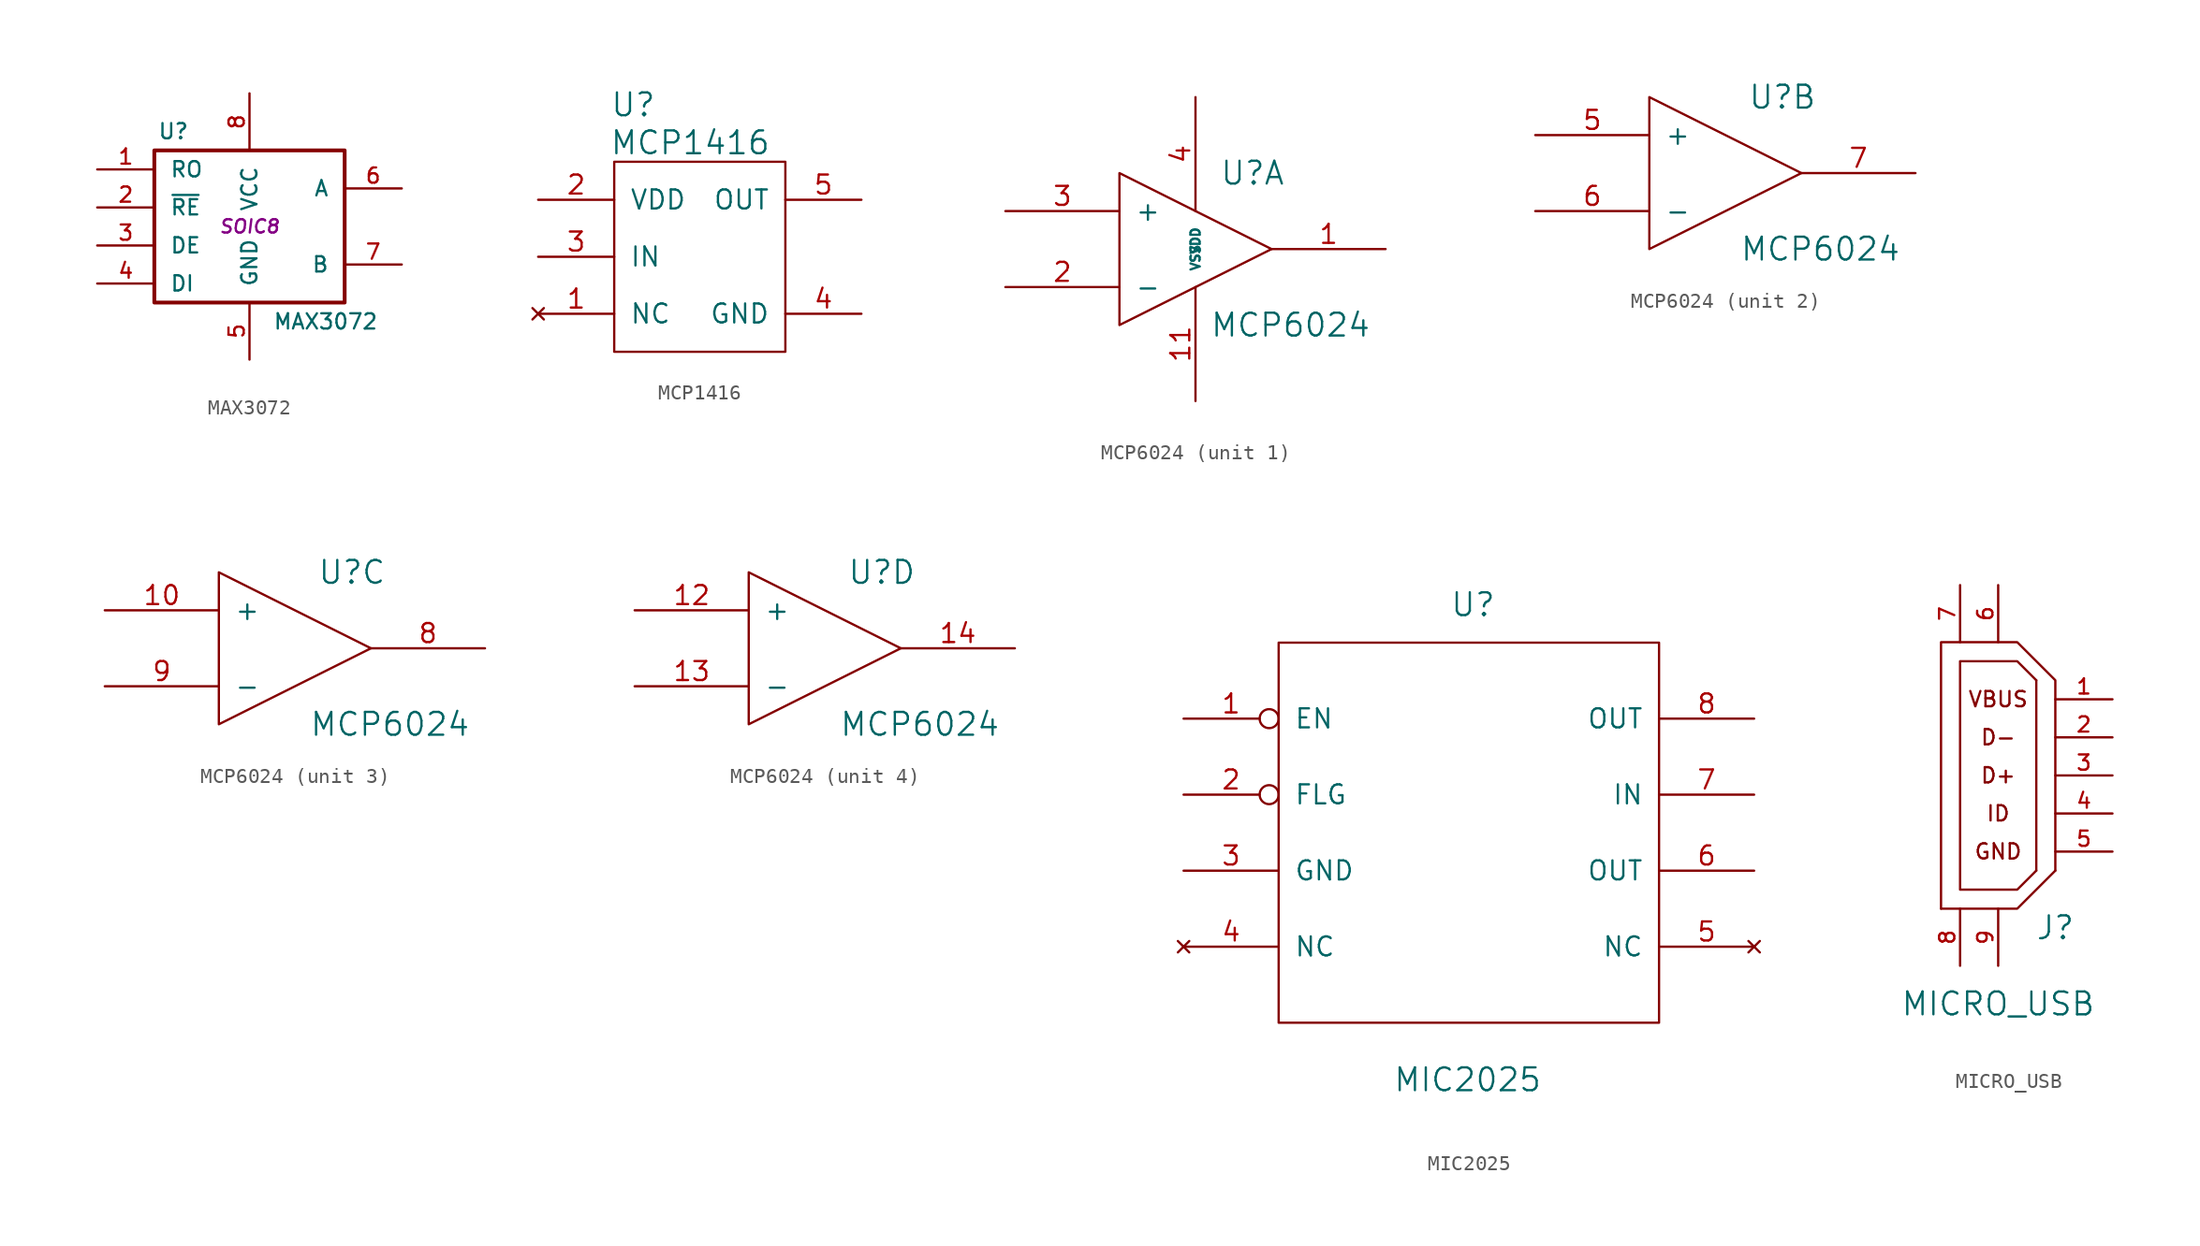
<source format=kicad_sym>
(kicad_symbol_lib
  (version 20231120)
  (generator "kicad_symbol_editor")
  (generator_version "8.0")
  (symbol "MAX3072"
    (pin_names
      (offset 1.016))
    (property "Reference" "U"
      (at -5.08 6.35 0)
      (effects (font (size 1.016 1.016))))
    (property "Value" "MAX3072"
      (at 5.08 -6.35 0)
      (effects (font (size 1.016 1.016))))
    (property "Footprint" "SOIC8"
      (at 0 0 0)
      (effects (font (size 0.889 0.889) (italic yes))))
    (property "Datasheet" ""
      (at 0 0 0)
      (effects (font (size 1.524 1.524))))
    (symbol "MAX3072_0_1"
      (rectangle (start -6.35 5.08) (end 6.35 -5.08) (stroke (width 0.254) (type solid)) (fill (type none))))
    (symbol "MAX3072_1_1"
      (pin output line (at -10.16 3.81 0) (length 3.81) (name "RO" (effects (font (size 1.016 1.016)))) (number "1" (effects (font (size 1.016 1.016)))))
      (pin input line (at -10.16 1.27 0) (length 3.81) (name "~{RE}" (effects (font (size 1.016 1.016)))) (number "2" (effects (font (size 1.016 1.016)))))
      (pin input line (at -10.16 -1.27 0) (length 3.81) (name "DE" (effects (font (size 1.016 1.016)))) (number "3" (effects (font (size 1.016 1.016)))))
      (pin input line (at -10.16 -3.81 0) (length 3.81) (name "DI" (effects (font (size 1.016 1.016)))) (number "4" (effects (font (size 1.016 1.016)))))
      (pin power_in line (at 0 -8.89 90) (length 3.81) (name "GND" (effects (font (size 1.016 1.016)))) (number "5" (effects (font (size 1.016 1.016)))))
      (pin bidirectional line (at 10.16 2.54 180) (length 3.81) (name "A" (effects (font (size 1.016 1.016)))) (number "6" (effects (font (size 1.016 1.016)))))
      (pin bidirectional line (at 10.16 -2.54 180) (length 3.81) (name "B" (effects (font (size 1.016 1.016)))) (number "7" (effects (font (size 1.016 1.016)))))
      (pin power_in line (at 0 8.89 270) (length 3.81) (name "VCC" (effects (font (size 1.016 1.016)))) (number "8" (effects (font (size 1.016 1.016)))))))
  (symbol "MCP1416"
    (pin_names
      (offset 1.016))
    (property "Reference" "U"
      (at 1.27 10.16 0)
      (effects (font (size 1.524 1.524))))
    (property "Value" "MCP1416"
      (at 5.08 7.62 0)
      (effects (font (size 1.524 1.524))))
    (property "Footprint" ""
      (at 0 0 0)
      (effects (font (size 1.524 1.524))))
    (property "Datasheet" ""
      (at 0 0 0)
      (effects (font (size 1.524 1.524))))
    (symbol "MCP1416_0_1"
      (rectangle (start 0 6.35) (end 11.43 -6.35) (stroke (width 0) (type solid)) (fill (type none))))
    (symbol "MCP1416_1_1"
      (pin no_connect line (at -5.08 -3.81 0) (length 5.08) (name "NC" (effects (font (size 1.27 1.27)))) (number "1" (effects (font (size 1.27 1.27)))))
      (pin power_in line (at -5.08 3.81 0) (length 5.08) (name "VDD" (effects (font (size 1.27 1.27)))) (number "2" (effects (font (size 1.27 1.27)))))
      (pin input line (at -5.08 0 0) (length 5.08) (name "IN" (effects (font (size 1.27 1.27)))) (number "3" (effects (font (size 1.27 1.27)))))
      (pin power_in line (at 16.51 -3.81 180) (length 5.08) (name "GND" (effects (font (size 1.27 1.27)))) (number "4" (effects (font (size 1.27 1.27)))))
      (pin output line (at 16.51 3.81 180) (length 5.08) (name "OUT" (effects (font (size 1.27 1.27)))) (number "5" (effects (font (size 1.27 1.27)))))))
  (symbol "MCP6024"
    (pin_names
      (offset 1.016))
    (property "Reference" "U"
      (at 3.81 5.08 0)
      (effects (font (size 1.524 1.524))))
    (property "Value" "MCP6024"
      (at 6.35 -5.08 0)
      (effects (font (size 1.524 1.524))))
    (property "Footprint" ""
      (at 0 0 0)
      (effects (font (size 1.524 1.524))))
    (property "Datasheet" ""
      (at 0 0 0)
      (effects (font (size 1.524 1.524))))
    (symbol "MCP6024_0_1"
      (polyline (pts (xy -5.08 5.08) (xy 5.08 0) (xy -5.08 -5.08) (xy -5.08 5.08)) (stroke (width 0) (type solid)) (fill (type none))))
    (symbol "MCP6024_1_1"
      (pin output line (at 12.7 0 180) (length 7.62) (name "~" (effects (font (size 1.27 1.27)))) (number "1" (effects (font (size 1.27 1.27)))))
      (pin power_in line (at 0 -10.16 90) (length 7.62) (name "VSS" (effects (font (size 0.61 0.61)))) (number "11" (effects (font (size 1.27 1.27)))))
      (pin input line (at -12.7 -2.54 0) (length 7.62) (name "-" (effects (font (size 1.27 1.27)))) (number "2" (effects (font (size 1.27 1.27)))))
      (pin input line (at -12.7 2.54 0) (length 7.62) (name "+" (effects (font (size 1.27 1.27)))) (number "3" (effects (font (size 1.27 1.27)))))
      (pin power_in line (at 0 10.16 270) (length 7.62) (name "VDD" (effects (font (size 0.61 0.61)))) (number "4" (effects (font (size 1.27 1.27))))))
    (symbol "MCP6024_2_1"
      (pin input line (at -12.7 2.54 0) (length 7.62) (name "+" (effects (font (size 1.27 1.27)))) (number "5" (effects (font (size 1.27 1.27)))))
      (pin input line (at -12.7 -2.54 0) (length 7.62) (name "-" (effects (font (size 1.27 1.27)))) (number "6" (effects (font (size 1.27 1.27)))))
      (pin output line (at 12.7 0 180) (length 7.62) (name "~" (effects (font (size 1.27 1.27)))) (number "7" (effects (font (size 1.27 1.27))))))
    (symbol "MCP6024_3_1"
      (pin input line (at -12.7 2.54 0) (length 7.62) (name "+" (effects (font (size 1.27 1.27)))) (number "10" (effects (font (size 1.27 1.27)))))
      (pin output line (at 12.7 0 180) (length 7.62) (name "~" (effects (font (size 1.27 1.27)))) (number "8" (effects (font (size 1.27 1.27)))))
      (pin input line (at -12.7 -2.54 0) (length 7.62) (name "-" (effects (font (size 1.27 1.27)))) (number "9" (effects (font (size 1.27 1.27))))))
    (symbol "MCP6024_4_1"
      (pin input line (at -12.7 2.54 0) (length 7.62) (name "+" (effects (font (size 1.27 1.27)))) (number "12" (effects (font (size 1.27 1.27)))))
      (pin input line (at -12.7 -2.54 0) (length 7.62) (name "-" (effects (font (size 1.27 1.27)))) (number "13" (effects (font (size 1.27 1.27)))))
      (pin output line (at 12.7 0 180) (length 7.62) (name "~" (effects (font (size 1.27 1.27)))) (number "14" (effects (font (size 1.27 1.27)))))))
  (symbol "MIC2025"
    (pin_names
      (offset 1.016))
    (property "Reference" "U"
      (at -1.27 15.24 0)
      (effects (font (size 1.524 1.524)) (justify left)))
    (property "Value" "MIC2025"
      (at -5.08 -16.51 0)
      (effects (font (size 1.524 1.524)) (justify left)))
    (property "Footprint" ""
      (at 0 0 0)
      (effects (font (size 1.524 1.524))))
    (property "Datasheet" ""
      (at 0 0 0)
      (effects (font (size 1.524 1.524))))
    (symbol "MIC2025_0_1"
      (rectangle (start -12.7 12.7) (end 12.7 -12.7) (stroke (width 0) (type solid)) (fill (type none))))
    (symbol "MIC2025_1_1"
      (pin input inverted (at -19.05 7.62 0) (length 6.35) (name "EN" (effects (font (size 1.27 1.27)))) (number "1" (effects (font (size 1.27 1.27)))))
      (pin output inverted (at -19.05 2.54 0) (length 6.35) (name "FLG" (effects (font (size 1.27 1.27)))) (number "2" (effects (font (size 1.27 1.27)))))
      (pin power_in line (at -19.05 -2.54 0) (length 6.35) (name "GND" (effects (font (size 1.27 1.27)))) (number "3" (effects (font (size 1.27 1.27)))))
      (pin no_connect line (at -19.05 -7.62 0) (length 6.35) (name "NC" (effects (font (size 1.27 1.27)))) (number "4" (effects (font (size 1.27 1.27)))))
      (pin no_connect line (at 19.05 -7.62 180) (length 6.35) (name "NC" (effects (font (size 1.27 1.27)))) (number "5" (effects (font (size 1.27 1.27)))))
      (pin passive line (at 19.05 -2.54 180) (length 6.35) (name "OUT" (effects (font (size 1.27 1.27)))) (number "6" (effects (font (size 1.27 1.27)))))
      (pin power_in line (at 19.05 2.54 180) (length 6.35) (name "IN" (effects (font (size 1.27 1.27)))) (number "7" (effects (font (size 1.27 1.27)))))
      (pin power_out line (at 19.05 7.62 180) (length 6.35) (name "OUT" (effects (font (size 1.27 1.27)))) (number "8" (effects (font (size 1.27 1.27)))))))
  (symbol "MICRO_USB"
    (pin_names
      (offset 0.025) hide)
    (property "Reference" "J"
      (at 7.62 -1.27 0)
      (effects (font (size 1.524 1.524))))
    (property "Value" "MICRO_USB"
      (at 3.81 -6.35 0)
      (effects (font (size 1.524 1.524))))
    (property "Footprint" ""
      (at 5.08 -3.81 0)
      (effects (font (size 1.524 1.524))))
    (property "Datasheet" ""
      (at 7.62 -1.27 0)
      (effects (font (size 1.524 1.524))))
    (symbol "MICRO_USB_0_0"
      (polyline (pts (xy 0 0) (xy 5.08 0) (xy 7.62 2.54)) (stroke (width 0) (type solid)) (fill (type none)))
      (polyline (pts (xy 7.62 2.54) (xy 7.62 13.97) (xy 7.62 15.24) (xy 5.08 17.78) (xy 0 17.78) (xy 0 0)) (stroke (width 0) (type solid)) (fill (type none)))
      (polyline (pts (xy 6.35 15.24) (xy 5.08 16.51) (xy 1.27 16.51) (xy 1.27 2.54) (xy 1.27 1.27) (xy 5.08 1.27) (xy 6.35 2.54)) (stroke (width 0) (type solid)) (fill (type none)))
      (text "D+" (at 3.81 8.89 0) (effects (font (size 1.016 1.016))))
      (text "D-" (at 3.81 11.43 0) (effects (font (size 1.016 1.016))))
      (text "GND" (at 3.81 3.81 0) (effects (font (size 1.016 1.016))))
      (text "ID" (at 3.81 6.35 0) (effects (font (size 1.016 1.016))))
      (text "VBUS" (at 3.81 13.97 0) (effects (font (size 1.016 1.016)))))
    (symbol "MICRO_USB_0_1"
      (rectangle (start 6.35 15.24) (end 6.35 2.54) (stroke (width 0) (type solid)) (fill (type none))))
    (symbol "MICRO_USB_1_1"
      (pin power_in line (at 11.43 13.97 180) (length 3.81) (name "VBUS" (effects (font (size 0.889 0.889)))) (number "1" (effects (font (size 1.016 1.016)))))
      (pin bidirectional line (at 11.43 11.43 180) (length 3.81) (name "USB_DN" (effects (font (size 1.016 1.016)))) (number "2" (effects (font (size 1.016 1.016)))))
      (pin bidirectional line (at 11.43 8.89 180) (length 3.81) (name "USB_DP" (effects (font (size 1.016 1.016)))) (number "3" (effects (font (size 1.016 1.016)))))
      (pin input line (at 11.43 6.35 180) (length 3.81) (name "USB_ID" (effects (font (size 1.016 1.016)))) (number "4" (effects (font (size 1.016 1.016)))))
      (pin power_in line (at 11.43 3.81 180) (length 3.81) (name "GND" (effects (font (size 1.016 1.016)))) (number "5" (effects (font (size 1.016 1.016)))))
      (pin power_in line (at 3.81 21.59 270) (length 3.81) (name "S2" (effects (font (size 1.016 1.016)))) (number "6" (effects (font (size 1.016 1.016)))))
      (pin power_in line (at 1.27 21.59 270) (length 3.81) (name "S1" (effects (font (size 1.016 1.016)))) (number "7" (effects (font (size 1.016 1.016)))))
      (pin power_in line (at 1.27 -3.81 90) (length 3.81) (name "S3" (effects (font (size 1.016 1.016)))) (number "8" (effects (font (size 1.016 1.016)))))
      (pin power_in line (at 3.81 -3.81 90) (length 3.81) (name "S4" (effects (font (size 1.016 1.016)))) (number "9" (effects (font (size 1.016 1.016))))))))
</source>
